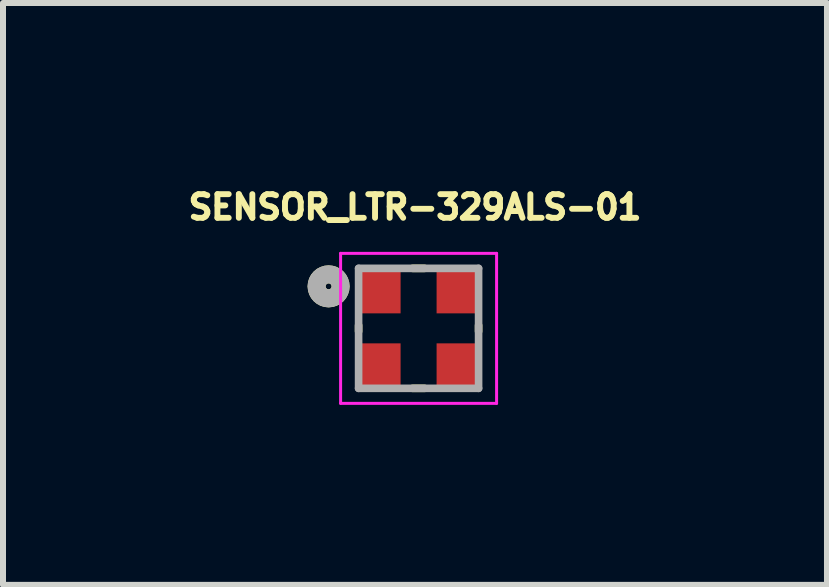
<source format=kicad_pcb>
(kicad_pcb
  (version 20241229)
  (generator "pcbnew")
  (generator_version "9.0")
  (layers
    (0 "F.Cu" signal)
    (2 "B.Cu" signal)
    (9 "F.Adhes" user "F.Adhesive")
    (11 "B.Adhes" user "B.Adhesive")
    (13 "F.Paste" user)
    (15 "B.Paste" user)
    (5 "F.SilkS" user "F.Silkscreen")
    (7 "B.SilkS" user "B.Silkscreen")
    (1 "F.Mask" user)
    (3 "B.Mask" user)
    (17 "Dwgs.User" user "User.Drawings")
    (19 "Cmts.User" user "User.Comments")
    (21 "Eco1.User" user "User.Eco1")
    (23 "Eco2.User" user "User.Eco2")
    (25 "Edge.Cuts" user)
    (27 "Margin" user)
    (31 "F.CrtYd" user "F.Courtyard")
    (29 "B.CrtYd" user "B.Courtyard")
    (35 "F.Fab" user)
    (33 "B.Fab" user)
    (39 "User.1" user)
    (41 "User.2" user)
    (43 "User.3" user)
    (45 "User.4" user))
  (footprint "SENSOR_LTR-329ALS-01"
    (layer "F.Cu")
    (at 3.927 2.423)
    (property "Reference" "SENSOR_LTR-329ALS-01" (at -0.06 -2.02 0) (layer "F.SilkS") (effects (font (size 0.394 0.394) (thickness 0.15))))
    (attr smd)
    (fp_line (start -1 -0.05) (end -1 0.05) (stroke (width 0.127) (type solid)) (layer "F.SilkS"))
    (fp_line (start 0.1 -1) (end -0.1 -1) (stroke (width 0.127) (type solid)) (layer "F.SilkS"))
    (fp_line (start 0.1 1) (end -0.1 1) (stroke (width 0.127) (type solid)) (layer "F.SilkS"))
    (fp_line (start 1 -0.05) (end 1 0.05) (stroke (width 0.127) (type solid)) (layer "F.SilkS"))
    (fp_circle (center -1.5 -0.7) (end -1.45 -0.7) (stroke (width 0.3) (type solid)) (fill no) (layer "F.SilkS"))
    (fp_line (start -1.3 -1.25) (end 1.3 -1.25) (stroke (width 0.05) (type solid)) (layer "F.CrtYd"))
    (fp_line (start -1.3 1.25) (end -1.3 -1.25) (stroke (width 0.05) (type solid)) (layer "F.CrtYd"))
    (fp_line (start 1.3 -1.25) (end 1.3 1.25) (stroke (width 0.05) (type solid)) (layer "F.CrtYd"))
    (fp_line (start 1.3 1.25) (end -1.3 1.25) (stroke (width 0.05) (type solid)) (layer "F.CrtYd"))
    (fp_line (start -1 -1) (end 1 -1) (stroke (width 0.127) (type solid)) (layer "F.Fab"))
    (fp_line (start -1 1) (end -1 -1) (stroke (width 0.127) (type solid)) (layer "F.Fab"))
    (fp_line (start 1 -1) (end 1 1) (stroke (width 0.127) (type solid)) (layer "F.Fab"))
    (fp_line (start 1 1) (end -1 1) (stroke (width 0.127) (type solid)) (layer "F.Fab"))
    (fp_circle (center -1.5 -0.7) (end -1.45 -0.7) (stroke (width 0.3) (type solid)) (fill no) (layer "F.Fab"))
    (pad "1" smd rect (at -0.675 -0.6 180) (size 0.75 0.7) (layers "F.Cu" "F.Mask" "F.Paste"))
    (pad "2" smd rect (at -0.675 0.6 180) (size 0.75 0.7) (layers "F.Cu" "F.Mask" "F.Paste"))
    (pad "3" smd rect (at 0.675 0.6 180) (size 0.75 0.7) (layers "F.Cu" "F.Mask" "F.Paste"))
    (pad "4" smd rect (at 0.675 -0.6 180) (size 0.75 0.7) (layers "F.Cu" "F.Mask" "F.Paste")))
  (gr_rect
    (start -3 -3)
    (end 10.734 6.698)
    (stroke (width 0.1) (type default))
    (fill no)
    (layer "Edge.Cuts")))
</source>
